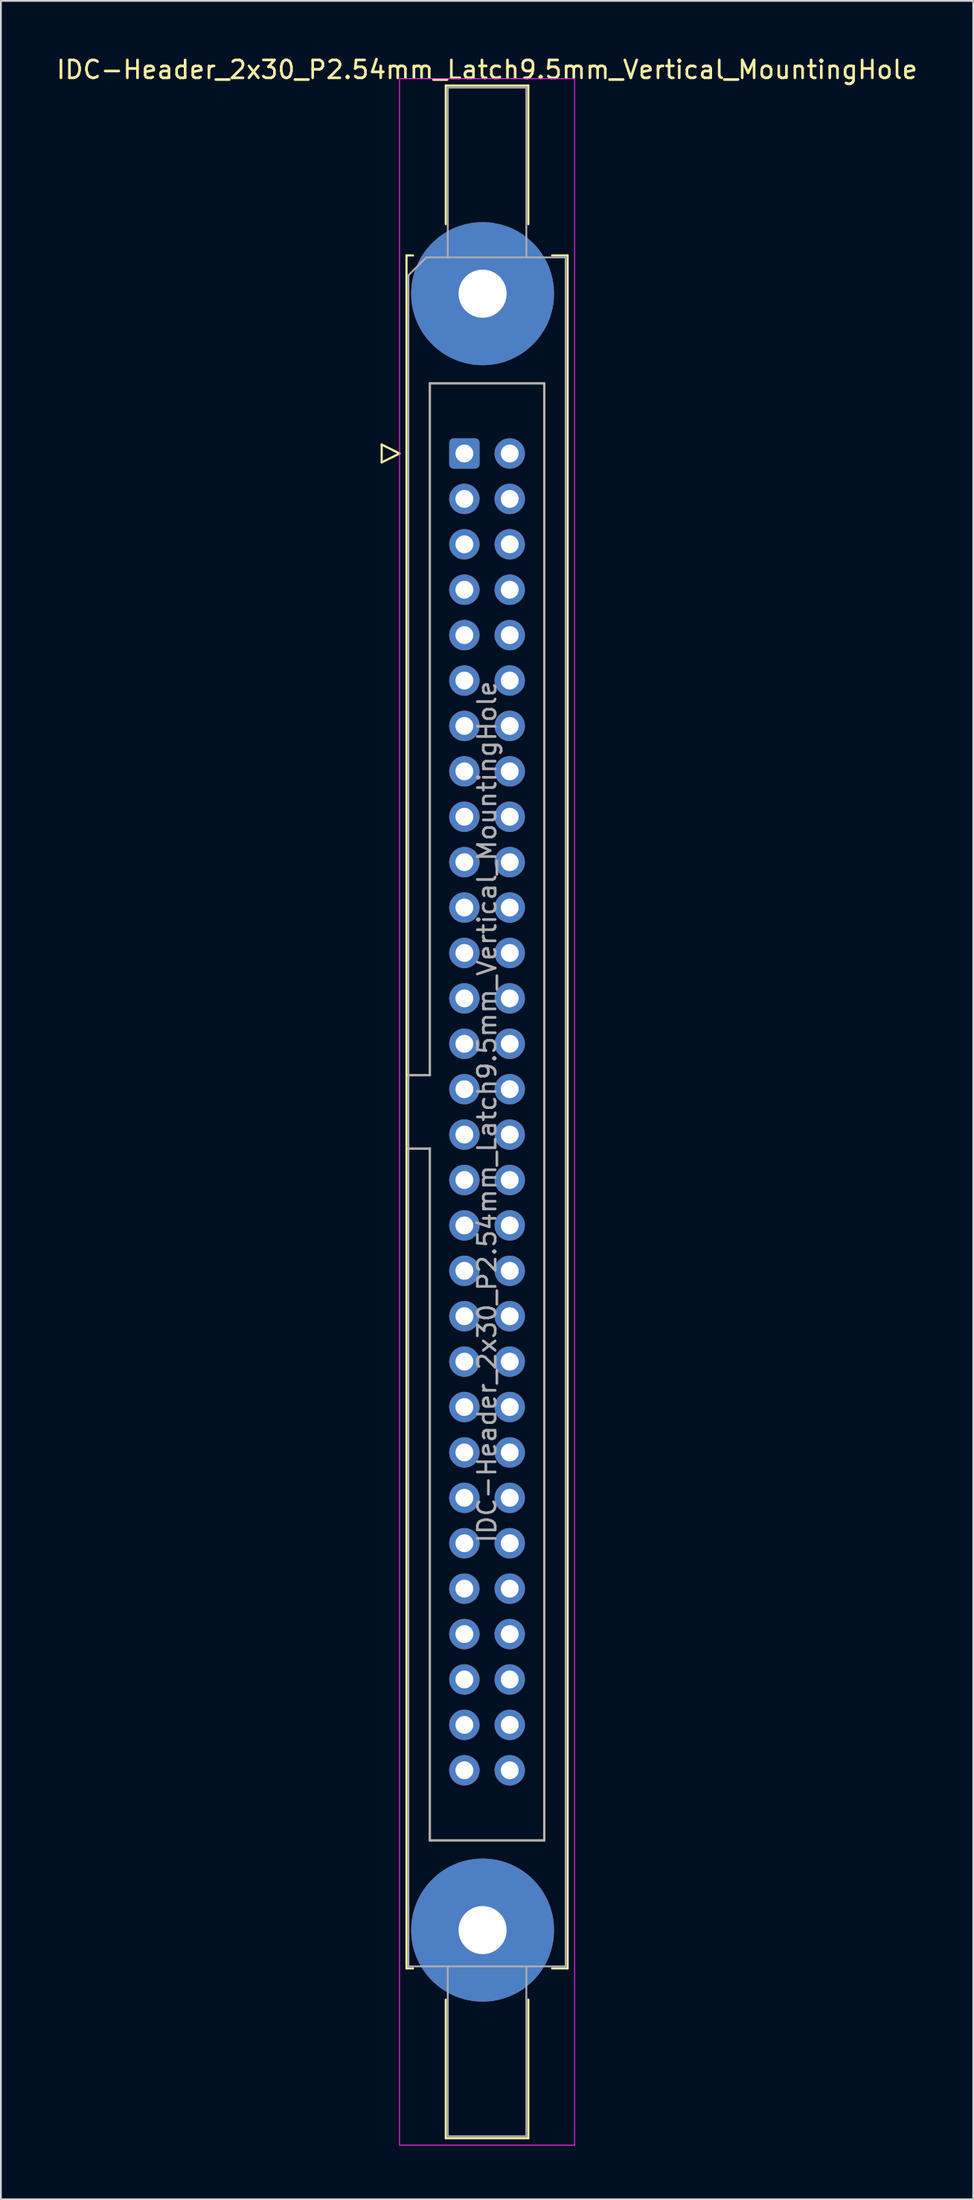
<source format=kicad_pcb>
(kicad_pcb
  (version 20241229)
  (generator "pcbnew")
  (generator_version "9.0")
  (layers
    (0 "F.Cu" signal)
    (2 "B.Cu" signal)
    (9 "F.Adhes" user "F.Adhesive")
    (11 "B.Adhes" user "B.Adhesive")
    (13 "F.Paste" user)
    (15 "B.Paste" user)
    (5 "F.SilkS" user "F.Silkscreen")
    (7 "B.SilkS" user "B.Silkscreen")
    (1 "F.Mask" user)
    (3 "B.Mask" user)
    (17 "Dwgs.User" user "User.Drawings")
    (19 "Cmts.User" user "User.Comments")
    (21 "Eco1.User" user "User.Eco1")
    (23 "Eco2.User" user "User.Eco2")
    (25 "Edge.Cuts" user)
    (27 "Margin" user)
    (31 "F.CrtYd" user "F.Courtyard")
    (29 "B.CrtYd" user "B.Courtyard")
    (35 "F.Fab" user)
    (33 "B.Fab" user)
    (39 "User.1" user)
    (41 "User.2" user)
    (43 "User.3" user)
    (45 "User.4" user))
  (footprint "IDC-Header_2x30_P2.54mm_Latch9.5mm_Vertical_MountingHole"
    (layer "F.Cu")
    (at 22.95 22.318)
    (property "Reference" "IDC-Header_2x30_P2.54mm_Latch9.5mm_Vertical_MountingHole" (at 1.27 -21.47 0) (layer "F.SilkS") (effects (font (size 1 1) (thickness 0.15))))
    (attr through_hole)
    (fp_line (start -4.63 -0.5) (end -4.63 0.5) (stroke (width 0.12) (type solid)) (layer "F.SilkS"))
    (fp_line (start -4.63 0.5) (end -3.63 0) (stroke (width 0.12) (type solid)) (layer "F.SilkS"))
    (fp_line (start -3.63 0) (end -4.63 -0.5) (stroke (width 0.12) (type solid)) (layer "F.SilkS"))
    (fp_line (start -3.24 -11.08) (end -3.24 84.74) (stroke (width 0.12) (type solid)) (layer "F.SilkS"))
    (fp_line (start -3.24 34.78) (end -1.93 34.78) (stroke (width 0.12) (type solid)) (layer "F.SilkS"))
    (fp_line (start -3.24 84.74) (end -2.87 84.74) (stroke (width 0.12) (type solid)) (layer "F.SilkS"))
    (fp_line (start -2.87 -11.08) (end -3.24 -11.08) (stroke (width 0.12) (type solid)) (layer "F.SilkS"))
    (fp_line (start -1.93 -3.92) (end 4.47 -3.92) (stroke (width 0.12) (type solid)) (layer "F.SilkS"))
    (fp_line (start -1.93 34.78) (end -1.93 -3.92) (stroke (width 0.12) (type solid)) (layer "F.SilkS"))
    (fp_line (start -1.93 38.88) (end -3.24 38.88) (stroke (width 0.12) (type solid)) (layer "F.SilkS"))
    (fp_line (start -1.93 38.88) (end -1.93 38.88) (stroke (width 0.12) (type solid)) (layer "F.SilkS"))
    (fp_line (start -1.93 77.58) (end -1.93 38.88) (stroke (width 0.12) (type solid)) (layer "F.SilkS"))
    (fp_line (start -1.04 -20.58) (end 3.58 -20.58) (stroke (width 0.12) (type solid)) (layer "F.SilkS"))
    (fp_line (start -1.04 -12.83) (end -1.04 -20.58) (stroke (width 0.12) (type solid)) (layer "F.SilkS"))
    (fp_line (start -1.04 86.49) (end -1.04 94.24) (stroke (width 0.12) (type solid)) (layer "F.SilkS"))
    (fp_line (start -1.04 94.24) (end 3.58 94.24) (stroke (width 0.12) (type solid)) (layer "F.SilkS"))
    (fp_line (start 3.58 -20.58) (end 3.58 -12.83) (stroke (width 0.12) (type solid)) (layer "F.SilkS"))
    (fp_line (start 3.58 94.24) (end 3.58 86.49) (stroke (width 0.12) (type solid)) (layer "F.SilkS"))
    (fp_line (start 4.47 -3.92) (end 4.47 77.58) (stroke (width 0.12) (type solid)) (layer "F.SilkS"))
    (fp_line (start 4.47 77.58) (end -1.93 77.58) (stroke (width 0.12) (type solid)) (layer "F.SilkS"))
    (fp_line (start 4.91 -11.08) (end 5.78 -11.08) (stroke (width 0.12) (type solid)) (layer "F.SilkS"))
    (fp_line (start 5.78 -11.08) (end 5.78 84.74) (stroke (width 0.12) (type solid)) (layer "F.SilkS"))
    (fp_line (start 5.78 84.74) (end 4.91 84.74) (stroke (width 0.12) (type solid)) (layer "F.SilkS"))
    (fp_line (start -3.63 -20.97) (end -3.63 94.63) (stroke (width 0.05) (type solid)) (layer "F.CrtYd"))
    (fp_line (start -3.63 94.63) (end 6.17 94.63) (stroke (width 0.05) (type solid)) (layer "F.CrtYd"))
    (fp_line (start 6.17 -20.97) (end -3.63 -20.97) (stroke (width 0.05) (type solid)) (layer "F.CrtYd"))
    (fp_line (start 6.17 94.63) (end 6.17 -20.97) (stroke (width 0.05) (type solid)) (layer "F.CrtYd"))
    (fp_line (start -3.13 -9.97) (end -2.13 -10.97) (stroke (width 0.1) (type solid)) (layer "F.Fab"))
    (fp_line (start -3.13 34.78) (end -1.93 34.78) (stroke (width 0.1) (type solid)) (layer "F.Fab"))
    (fp_line (start -3.13 84.63) (end -3.13 -9.97) (stroke (width 0.1) (type solid)) (layer "F.Fab"))
    (fp_line (start -2.13 -10.97) (end 5.67 -10.97) (stroke (width 0.1) (type solid)) (layer "F.Fab"))
    (fp_line (start -1.93 -3.92) (end 4.47 -3.92) (stroke (width 0.1) (type solid)) (layer "F.Fab"))
    (fp_line (start -1.93 34.78) (end -1.93 -3.92) (stroke (width 0.1) (type solid)) (layer "F.Fab"))
    (fp_line (start -1.93 38.88) (end -3.13 38.88) (stroke (width 0.1) (type solid)) (layer "F.Fab"))
    (fp_line (start -1.93 38.88) (end -1.93 38.88) (stroke (width 0.1) (type solid)) (layer "F.Fab"))
    (fp_line (start -1.93 77.58) (end -1.93 38.88) (stroke (width 0.1) (type solid)) (layer "F.Fab"))
    (fp_line (start -0.93 -20.47) (end 3.47 -20.47) (stroke (width 0.1) (type solid)) (layer "F.Fab"))
    (fp_line (start -0.93 -10.97) (end -0.93 -20.47) (stroke (width 0.1) (type solid)) (layer "F.Fab"))
    (fp_line (start -0.93 84.63) (end -0.93 94.13) (stroke (width 0.1) (type solid)) (layer "F.Fab"))
    (fp_line (start -0.93 94.13) (end 3.47 94.13) (stroke (width 0.1) (type solid)) (layer "F.Fab"))
    (fp_line (start 3.47 -20.47) (end 3.47 -10.97) (stroke (width 0.1) (type solid)) (layer "F.Fab"))
    (fp_line (start 3.47 94.13) (end 3.47 84.63) (stroke (width 0.1) (type solid)) (layer "F.Fab"))
    (fp_line (start 4.47 -3.92) (end 4.47 77.58) (stroke (width 0.1) (type solid)) (layer "F.Fab"))
    (fp_line (start 4.47 77.58) (end -1.93 77.58) (stroke (width 0.1) (type solid)) (layer "F.Fab"))
    (fp_line (start 5.67 -10.97) (end 5.67 84.63) (stroke (width 0.1) (type solid)) (layer "F.Fab"))
    (fp_line (start 5.67 84.63) (end -3.13 84.63) (stroke (width 0.1) (type solid)) (layer "F.Fab"))
    (fp_text user "${REFERENCE}" (at 1.27 36.83 90) (layer "F.Fab") (effects (font (size 1 1) (thickness 0.15))))
    (pad "" thru_hole circle (at 1.02 -8.94) (size 8 8) (drill 2.69) (layers "*.Cu" "*.Mask"))
    (pad "" thru_hole circle (at 1.02 82.6) (size 8 8) (drill 2.69) (layers "*.Cu" "*.Mask"))
    (pad "1" thru_hole roundrect (at 0 0) (size 1.7 1.7) (drill 1) (layers "*.Cu" "*.Mask") (roundrect_rratio 0.147))
    (pad "2" thru_hole circle (at 2.54 0) (size 1.7 1.7) (drill 1) (layers "*.Cu" "*.Mask"))
    (pad "3" thru_hole circle (at 0 2.54) (size 1.7 1.7) (drill 1) (layers "*.Cu" "*.Mask"))
    (pad "4" thru_hole circle (at 2.54 2.54) (size 1.7 1.7) (drill 1) (layers "*.Cu" "*.Mask"))
    (pad "5" thru_hole circle (at 0 5.08) (size 1.7 1.7) (drill 1) (layers "*.Cu" "*.Mask"))
    (pad "6" thru_hole circle (at 2.54 5.08) (size 1.7 1.7) (drill 1) (layers "*.Cu" "*.Mask"))
    (pad "7" thru_hole circle (at 0 7.62) (size 1.7 1.7) (drill 1) (layers "*.Cu" "*.Mask"))
    (pad "8" thru_hole circle (at 2.54 7.62) (size 1.7 1.7) (drill 1) (layers "*.Cu" "*.Mask"))
    (pad "9" thru_hole circle (at 0 10.16) (size 1.7 1.7) (drill 1) (layers "*.Cu" "*.Mask"))
    (pad "10" thru_hole circle (at 2.54 10.16) (size 1.7 1.7) (drill 1) (layers "*.Cu" "*.Mask"))
    (pad "11" thru_hole circle (at 0 12.7) (size 1.7 1.7) (drill 1) (layers "*.Cu" "*.Mask"))
    (pad "12" thru_hole circle (at 2.54 12.7) (size 1.7 1.7) (drill 1) (layers "*.Cu" "*.Mask"))
    (pad "13" thru_hole circle (at 0 15.24) (size 1.7 1.7) (drill 1) (layers "*.Cu" "*.Mask"))
    (pad "14" thru_hole circle (at 2.54 15.24) (size 1.7 1.7) (drill 1) (layers "*.Cu" "*.Mask"))
    (pad "15" thru_hole circle (at 0 17.78) (size 1.7 1.7) (drill 1) (layers "*.Cu" "*.Mask"))
    (pad "16" thru_hole circle (at 2.54 17.78) (size 1.7 1.7) (drill 1) (layers "*.Cu" "*.Mask"))
    (pad "17" thru_hole circle (at 0 20.32) (size 1.7 1.7) (drill 1) (layers "*.Cu" "*.Mask"))
    (pad "18" thru_hole circle (at 2.54 20.32) (size 1.7 1.7) (drill 1) (layers "*.Cu" "*.Mask"))
    (pad "19" thru_hole circle (at 0 22.86) (size 1.7 1.7) (drill 1) (layers "*.Cu" "*.Mask"))
    (pad "20" thru_hole circle (at 2.54 22.86) (size 1.7 1.7) (drill 1) (layers "*.Cu" "*.Mask"))
    (pad "21" thru_hole circle (at 0 25.4) (size 1.7 1.7) (drill 1) (layers "*.Cu" "*.Mask"))
    (pad "22" thru_hole circle (at 2.54 25.4) (size 1.7 1.7) (drill 1) (layers "*.Cu" "*.Mask"))
    (pad "23" thru_hole circle (at 0 27.94) (size 1.7 1.7) (drill 1) (layers "*.Cu" "*.Mask"))
    (pad "24" thru_hole circle (at 2.54 27.94) (size 1.7 1.7) (drill 1) (layers "*.Cu" "*.Mask"))
    (pad "25" thru_hole circle (at 0 30.48) (size 1.7 1.7) (drill 1) (layers "*.Cu" "*.Mask"))
    (pad "26" thru_hole circle (at 2.54 30.48) (size 1.7 1.7) (drill 1) (layers "*.Cu" "*.Mask"))
    (pad "27" thru_hole circle (at 0 33.02) (size 1.7 1.7) (drill 1) (layers "*.Cu" "*.Mask"))
    (pad "28" thru_hole circle (at 2.54 33.02) (size 1.7 1.7) (drill 1) (layers "*.Cu" "*.Mask"))
    (pad "29" thru_hole circle (at 0 35.56) (size 1.7 1.7) (drill 1) (layers "*.Cu" "*.Mask"))
    (pad "30" thru_hole circle (at 2.54 35.56) (size 1.7 1.7) (drill 1) (layers "*.Cu" "*.Mask"))
    (pad "31" thru_hole circle (at 0 38.1) (size 1.7 1.7) (drill 1) (layers "*.Cu" "*.Mask"))
    (pad "32" thru_hole circle (at 2.54 38.1) (size 1.7 1.7) (drill 1) (layers "*.Cu" "*.Mask"))
    (pad "33" thru_hole circle (at 0 40.64) (size 1.7 1.7) (drill 1) (layers "*.Cu" "*.Mask"))
    (pad "34" thru_hole circle (at 2.54 40.64) (size 1.7 1.7) (drill 1) (layers "*.Cu" "*.Mask"))
    (pad "35" thru_hole circle (at 0 43.18) (size 1.7 1.7) (drill 1) (layers "*.Cu" "*.Mask"))
    (pad "36" thru_hole circle (at 2.54 43.18) (size 1.7 1.7) (drill 1) (layers "*.Cu" "*.Mask"))
    (pad "37" thru_hole circle (at 0 45.72) (size 1.7 1.7) (drill 1) (layers "*.Cu" "*.Mask"))
    (pad "38" thru_hole circle (at 2.54 45.72) (size 1.7 1.7) (drill 1) (layers "*.Cu" "*.Mask"))
    (pad "39" thru_hole circle (at 0 48.26) (size 1.7 1.7) (drill 1) (layers "*.Cu" "*.Mask"))
    (pad "40" thru_hole circle (at 2.54 48.26) (size 1.7 1.7) (drill 1) (layers "*.Cu" "*.Mask"))
    (pad "41" thru_hole circle (at 0 50.8) (size 1.7 1.7) (drill 1) (layers "*.Cu" "*.Mask"))
    (pad "42" thru_hole circle (at 2.54 50.8) (size 1.7 1.7) (drill 1) (layers "*.Cu" "*.Mask"))
    (pad "43" thru_hole circle (at 0 53.34) (size 1.7 1.7) (drill 1) (layers "*.Cu" "*.Mask"))
    (pad "44" thru_hole circle (at 2.54 53.34) (size 1.7 1.7) (drill 1) (layers "*.Cu" "*.Mask"))
    (pad "45" thru_hole circle (at 0 55.88) (size 1.7 1.7) (drill 1) (layers "*.Cu" "*.Mask"))
    (pad "46" thru_hole circle (at 2.54 55.88) (size 1.7 1.7) (drill 1) (layers "*.Cu" "*.Mask"))
    (pad "47" thru_hole circle (at 0 58.42) (size 1.7 1.7) (drill 1) (layers "*.Cu" "*.Mask"))
    (pad "48" thru_hole circle (at 2.54 58.42) (size 1.7 1.7) (drill 1) (layers "*.Cu" "*.Mask"))
    (pad "49" thru_hole circle (at 0 60.96) (size 1.7 1.7) (drill 1) (layers "*.Cu" "*.Mask"))
    (pad "50" thru_hole circle (at 2.54 60.96) (size 1.7 1.7) (drill 1) (layers "*.Cu" "*.Mask"))
    (pad "51" thru_hole circle (at 0 63.5) (size 1.7 1.7) (drill 1) (layers "*.Cu" "*.Mask"))
    (pad "52" thru_hole circle (at 2.54 63.5) (size 1.7 1.7) (drill 1) (layers "*.Cu" "*.Mask"))
    (pad "53" thru_hole circle (at 0 66.04) (size 1.7 1.7) (drill 1) (layers "*.Cu" "*.Mask"))
    (pad "54" thru_hole circle (at 2.54 66.04) (size 1.7 1.7) (drill 1) (layers "*.Cu" "*.Mask"))
    (pad "55" thru_hole circle (at 0 68.58) (size 1.7 1.7) (drill 1) (layers "*.Cu" "*.Mask"))
    (pad "56" thru_hole circle (at 2.54 68.58) (size 1.7 1.7) (drill 1) (layers "*.Cu" "*.Mask"))
    (pad "57" thru_hole circle (at 0 71.12) (size 1.7 1.7) (drill 1) (layers "*.Cu" "*.Mask"))
    (pad "58" thru_hole circle (at 2.54 71.12) (size 1.7 1.7) (drill 1) (layers "*.Cu" "*.Mask"))
    (pad "59" thru_hole circle (at 0 73.66) (size 1.7 1.7) (drill 1) (layers "*.Cu" "*.Mask"))
    (pad "60" thru_hole circle (at 2.54 73.66) (size 1.7 1.7) (drill 1) (layers "*.Cu" "*.Mask")))
  (gr_rect
    (start -3 -3)
    (end 51.44 119.973)
    (stroke (width 0.1) (type default))
    (fill no)
    (layer "Edge.Cuts")))
</source>
